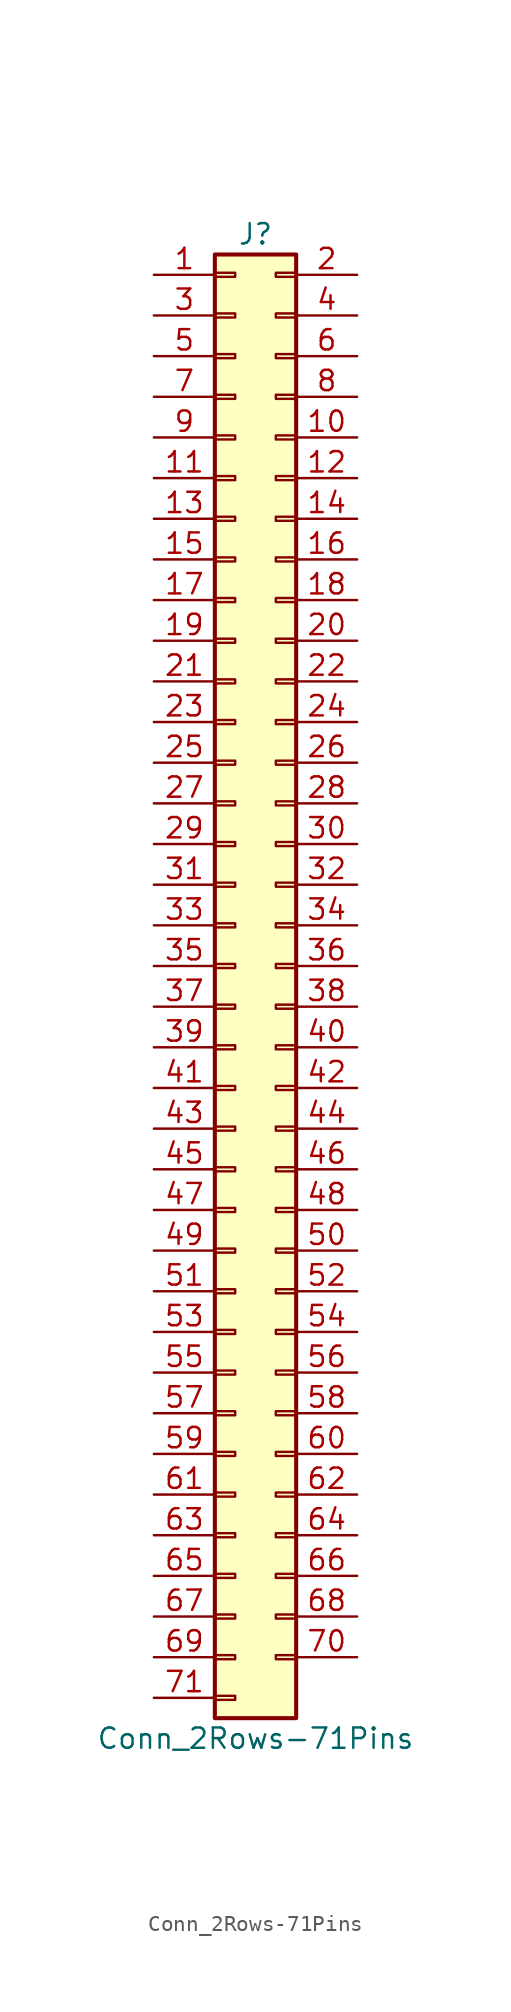
<source format=kicad_sym>
(kicad_symbol_lib
  (version 20220914)
  (generator kicad_symbol_editor)
  (symbol "Conn_2Rows-71Pins"
    (pin_names
      (offset 1.016) hide)
    (property "Reference" "J"
      (at 1.27 45.72 0)
      (effects (font (size 1.27 1.27))))
    (property "Value" "Conn_2Rows-71Pins"
      (at 1.27 -48.26 0)
      (effects (font (size 1.27 1.27))))
    (symbol "Conn_2Rows-71Pins_1_1"
      (rectangle (start -1.27 -45.593) (end 0 -45.847) (stroke (width 0.152) (type solid)) (fill (type none)))
      (rectangle (start -1.27 -43.053) (end 0 -43.307) (stroke (width 0.152) (type solid)) (fill (type none)))
      (rectangle (start -1.27 -40.513) (end 0 -40.767) (stroke (width 0.152) (type solid)) (fill (type none)))
      (rectangle (start -1.27 -37.973) (end 0 -38.227) (stroke (width 0.152) (type solid)) (fill (type none)))
      (rectangle (start -1.27 -35.433) (end 0 -35.687) (stroke (width 0.152) (type solid)) (fill (type none)))
      (rectangle (start -1.27 -32.893) (end 0 -33.147) (stroke (width 0.152) (type solid)) (fill (type none)))
      (rectangle (start -1.27 -30.353) (end 0 -30.607) (stroke (width 0.152) (type solid)) (fill (type none)))
      (rectangle (start -1.27 -27.813) (end 0 -28.067) (stroke (width 0.152) (type solid)) (fill (type none)))
      (rectangle (start -1.27 -25.273) (end 0 -25.527) (stroke (width 0.152) (type solid)) (fill (type none)))
      (rectangle (start -1.27 -22.733) (end 0 -22.987) (stroke (width 0.152) (type solid)) (fill (type none)))
      (rectangle (start -1.27 -20.193) (end 0 -20.447) (stroke (width 0.152) (type solid)) (fill (type none)))
      (rectangle (start -1.27 -17.653) (end 0 -17.907) (stroke (width 0.152) (type solid)) (fill (type none)))
      (rectangle (start -1.27 -15.113) (end 0 -15.367) (stroke (width 0.152) (type solid)) (fill (type none)))
      (rectangle (start -1.27 -12.573) (end 0 -12.827) (stroke (width 0.152) (type solid)) (fill (type none)))
      (rectangle (start -1.27 -10.033) (end 0 -10.287) (stroke (width 0.152) (type solid)) (fill (type none)))
      (rectangle (start -1.27 -7.493) (end 0 -7.747) (stroke (width 0.152) (type solid)) (fill (type none)))
      (rectangle (start -1.27 -4.953) (end 0 -5.207) (stroke (width 0.152) (type solid)) (fill (type none)))
      (rectangle (start -1.27 -2.413) (end 0 -2.667) (stroke (width 0.152) (type solid)) (fill (type none)))
      (rectangle (start -1.27 0.127) (end 0 -0.127) (stroke (width 0.152) (type solid)) (fill (type none)))
      (rectangle (start -1.27 2.667) (end 0 2.413) (stroke (width 0.152) (type solid)) (fill (type none)))
      (rectangle (start -1.27 5.207) (end 0 4.953) (stroke (width 0.152) (type solid)) (fill (type none)))
      (rectangle (start -1.27 7.747) (end 0 7.493) (stroke (width 0.152) (type solid)) (fill (type none)))
      (rectangle (start -1.27 10.287) (end 0 10.033) (stroke (width 0.152) (type solid)) (fill (type none)))
      (rectangle (start -1.27 12.827) (end 0 12.573) (stroke (width 0.152) (type solid)) (fill (type none)))
      (rectangle (start -1.27 15.367) (end 0 15.113) (stroke (width 0.152) (type solid)) (fill (type none)))
      (rectangle (start -1.27 17.907) (end 0 17.653) (stroke (width 0.152) (type solid)) (fill (type none)))
      (rectangle (start -1.27 20.447) (end 0 20.193) (stroke (width 0.152) (type solid)) (fill (type none)))
      (rectangle (start -1.27 22.987) (end 0 22.733) (stroke (width 0.152) (type solid)) (fill (type none)))
      (rectangle (start -1.27 25.527) (end 0 25.273) (stroke (width 0.152) (type solid)) (fill (type none)))
      (rectangle (start -1.27 28.067) (end 0 27.813) (stroke (width 0.152) (type solid)) (fill (type none)))
      (rectangle (start -1.27 30.607) (end 0 30.353) (stroke (width 0.152) (type solid)) (fill (type none)))
      (rectangle (start -1.27 33.147) (end 0 32.893) (stroke (width 0.152) (type solid)) (fill (type none)))
      (rectangle (start -1.27 35.687) (end 0 35.433) (stroke (width 0.152) (type solid)) (fill (type none)))
      (rectangle (start -1.27 38.227) (end 0 37.973) (stroke (width 0.152) (type solid)) (fill (type none)))
      (rectangle (start -1.27 40.767) (end 0 40.513) (stroke (width 0.152) (type solid)) (fill (type none)))
      (rectangle (start -1.27 43.307) (end 0 43.053) (stroke (width 0.152) (type solid)) (fill (type none)))
      (rectangle (start -1.27 44.45) (end 3.81 -46.99) (stroke (width 0.254) (type solid)) (fill (type background)))
      (rectangle (start 3.81 -43.053) (end 2.54 -43.307) (stroke (width 0.152) (type solid)) (fill (type none)))
      (rectangle (start 3.81 -40.513) (end 2.54 -40.767) (stroke (width 0.152) (type solid)) (fill (type none)))
      (rectangle (start 3.81 -37.973) (end 2.54 -38.227) (stroke (width 0.152) (type solid)) (fill (type none)))
      (rectangle (start 3.81 -35.433) (end 2.54 -35.687) (stroke (width 0.152) (type solid)) (fill (type none)))
      (rectangle (start 3.81 -32.893) (end 2.54 -33.147) (stroke (width 0.152) (type solid)) (fill (type none)))
      (rectangle (start 3.81 -30.353) (end 2.54 -30.607) (stroke (width 0.152) (type solid)) (fill (type none)))
      (rectangle (start 3.81 -27.813) (end 2.54 -28.067) (stroke (width 0.152) (type solid)) (fill (type none)))
      (rectangle (start 3.81 -25.273) (end 2.54 -25.527) (stroke (width 0.152) (type solid)) (fill (type none)))
      (rectangle (start 3.81 -22.733) (end 2.54 -22.987) (stroke (width 0.152) (type solid)) (fill (type none)))
      (rectangle (start 3.81 -20.193) (end 2.54 -20.447) (stroke (width 0.152) (type solid)) (fill (type none)))
      (rectangle (start 3.81 -17.653) (end 2.54 -17.907) (stroke (width 0.152) (type solid)) (fill (type none)))
      (rectangle (start 3.81 -15.113) (end 2.54 -15.367) (stroke (width 0.152) (type solid)) (fill (type none)))
      (rectangle (start 3.81 -12.573) (end 2.54 -12.827) (stroke (width 0.152) (type solid)) (fill (type none)))
      (rectangle (start 3.81 -10.033) (end 2.54 -10.287) (stroke (width 0.152) (type solid)) (fill (type none)))
      (rectangle (start 3.81 -7.493) (end 2.54 -7.747) (stroke (width 0.152) (type solid)) (fill (type none)))
      (rectangle (start 3.81 -4.953) (end 2.54 -5.207) (stroke (width 0.152) (type solid)) (fill (type none)))
      (rectangle (start 3.81 -2.413) (end 2.54 -2.667) (stroke (width 0.152) (type solid)) (fill (type none)))
      (rectangle (start 3.81 0.127) (end 2.54 -0.127) (stroke (width 0.152) (type solid)) (fill (type none)))
      (rectangle (start 3.81 2.667) (end 2.54 2.413) (stroke (width 0.152) (type solid)) (fill (type none)))
      (rectangle (start 3.81 5.207) (end 2.54 4.953) (stroke (width 0.152) (type solid)) (fill (type none)))
      (rectangle (start 3.81 7.747) (end 2.54 7.493) (stroke (width 0.152) (type solid)) (fill (type none)))
      (rectangle (start 3.81 10.287) (end 2.54 10.033) (stroke (width 0.152) (type solid)) (fill (type none)))
      (rectangle (start 3.81 12.827) (end 2.54 12.573) (stroke (width 0.152) (type solid)) (fill (type none)))
      (rectangle (start 3.81 15.367) (end 2.54 15.113) (stroke (width 0.152) (type solid)) (fill (type none)))
      (rectangle (start 3.81 17.907) (end 2.54 17.653) (stroke (width 0.152) (type solid)) (fill (type none)))
      (rectangle (start 3.81 20.447) (end 2.54 20.193) (stroke (width 0.152) (type solid)) (fill (type none)))
      (rectangle (start 3.81 22.987) (end 2.54 22.733) (stroke (width 0.152) (type solid)) (fill (type none)))
      (rectangle (start 3.81 25.527) (end 2.54 25.273) (stroke (width 0.152) (type solid)) (fill (type none)))
      (rectangle (start 3.81 28.067) (end 2.54 27.813) (stroke (width 0.152) (type solid)) (fill (type none)))
      (rectangle (start 3.81 30.607) (end 2.54 30.353) (stroke (width 0.152) (type solid)) (fill (type none)))
      (rectangle (start 3.81 33.147) (end 2.54 32.893) (stroke (width 0.152) (type solid)) (fill (type none)))
      (rectangle (start 3.81 35.687) (end 2.54 35.433) (stroke (width 0.152) (type solid)) (fill (type none)))
      (rectangle (start 3.81 38.227) (end 2.54 37.973) (stroke (width 0.152) (type solid)) (fill (type none)))
      (rectangle (start 3.81 40.767) (end 2.54 40.513) (stroke (width 0.152) (type solid)) (fill (type none)))
      (rectangle (start 3.81 43.307) (end 2.54 43.053) (stroke (width 0.152) (type solid)) (fill (type none)))
      (pin passive line (at -5.08 43.18 0) (length 3.81) (name "Pin_1" (effects (font (size 1.27 1.27)))) (number "1" (effects (font (size 1.27 1.27)))))
      (pin passive line (at 7.62 33.02 180) (length 3.81) (name "Pin_10" (effects (font (size 1.27 1.27)))) (number "10" (effects (font (size 1.27 1.27)))))
      (pin passive line (at -5.08 30.48 0) (length 3.81) (name "Pin_11" (effects (font (size 1.27 1.27)))) (number "11" (effects (font (size 1.27 1.27)))))
      (pin passive line (at 7.62 30.48 180) (length 3.81) (name "Pin_12" (effects (font (size 1.27 1.27)))) (number "12" (effects (font (size 1.27 1.27)))))
      (pin passive line (at -5.08 27.94 0) (length 3.81) (name "Pin_13" (effects (font (size 1.27 1.27)))) (number "13" (effects (font (size 1.27 1.27)))))
      (pin passive line (at 7.62 27.94 180) (length 3.81) (name "Pin_14" (effects (font (size 1.27 1.27)))) (number "14" (effects (font (size 1.27 1.27)))))
      (pin passive line (at -5.08 25.4 0) (length 3.81) (name "Pin_15" (effects (font (size 1.27 1.27)))) (number "15" (effects (font (size 1.27 1.27)))))
      (pin passive line (at 7.62 25.4 180) (length 3.81) (name "Pin_16" (effects (font (size 1.27 1.27)))) (number "16" (effects (font (size 1.27 1.27)))))
      (pin passive line (at -5.08 22.86 0) (length 3.81) (name "Pin_17" (effects (font (size 1.27 1.27)))) (number "17" (effects (font (size 1.27 1.27)))))
      (pin passive line (at 7.62 22.86 180) (length 3.81) (name "Pin_18" (effects (font (size 1.27 1.27)))) (number "18" (effects (font (size 1.27 1.27)))))
      (pin passive line (at -5.08 20.32 0) (length 3.81) (name "Pin_19" (effects (font (size 1.27 1.27)))) (number "19" (effects (font (size 1.27 1.27)))))
      (pin passive line (at 7.62 43.18 180) (length 3.81) (name "Pin_2" (effects (font (size 1.27 1.27)))) (number "2" (effects (font (size 1.27 1.27)))))
      (pin passive line (at 7.62 20.32 180) (length 3.81) (name "Pin_20" (effects (font (size 1.27 1.27)))) (number "20" (effects (font (size 1.27 1.27)))))
      (pin passive line (at -5.08 17.78 0) (length 3.81) (name "Pin_21" (effects (font (size 1.27 1.27)))) (number "21" (effects (font (size 1.27 1.27)))))
      (pin passive line (at 7.62 17.78 180) (length 3.81) (name "Pin_22" (effects (font (size 1.27 1.27)))) (number "22" (effects (font (size 1.27 1.27)))))
      (pin passive line (at -5.08 15.24 0) (length 3.81) (name "Pin_23" (effects (font (size 1.27 1.27)))) (number "23" (effects (font (size 1.27 1.27)))))
      (pin passive line (at 7.62 15.24 180) (length 3.81) (name "Pin_24" (effects (font (size 1.27 1.27)))) (number "24" (effects (font (size 1.27 1.27)))))
      (pin passive line (at -5.08 12.7 0) (length 3.81) (name "Pin_25" (effects (font (size 1.27 1.27)))) (number "25" (effects (font (size 1.27 1.27)))))
      (pin passive line (at 7.62 12.7 180) (length 3.81) (name "Pin_26" (effects (font (size 1.27 1.27)))) (number "26" (effects (font (size 1.27 1.27)))))
      (pin passive line (at -5.08 10.16 0) (length 3.81) (name "Pin_27" (effects (font (size 1.27 1.27)))) (number "27" (effects (font (size 1.27 1.27)))))
      (pin passive line (at 7.62 10.16 180) (length 3.81) (name "Pin_28" (effects (font (size 1.27 1.27)))) (number "28" (effects (font (size 1.27 1.27)))))
      (pin passive line (at -5.08 7.62 0) (length 3.81) (name "Pin_29" (effects (font (size 1.27 1.27)))) (number "29" (effects (font (size 1.27 1.27)))))
      (pin passive line (at -5.08 40.64 0) (length 3.81) (name "Pin_3" (effects (font (size 1.27 1.27)))) (number "3" (effects (font (size 1.27 1.27)))))
      (pin passive line (at 7.62 7.62 180) (length 3.81) (name "Pin_30" (effects (font (size 1.27 1.27)))) (number "30" (effects (font (size 1.27 1.27)))))
      (pin passive line (at -5.08 5.08 0) (length 3.81) (name "Pin_31" (effects (font (size 1.27 1.27)))) (number "31" (effects (font (size 1.27 1.27)))))
      (pin passive line (at 7.62 5.08 180) (length 3.81) (name "Pin_32" (effects (font (size 1.27 1.27)))) (number "32" (effects (font (size 1.27 1.27)))))
      (pin passive line (at -5.08 2.54 0) (length 3.81) (name "Pin_33" (effects (font (size 1.27 1.27)))) (number "33" (effects (font (size 1.27 1.27)))))
      (pin passive line (at 7.62 2.54 180) (length 3.81) (name "Pin_34" (effects (font (size 1.27 1.27)))) (number "34" (effects (font (size 1.27 1.27)))))
      (pin passive line (at -5.08 0 0) (length 3.81) (name "Pin_35" (effects (font (size 1.27 1.27)))) (number "35" (effects (font (size 1.27 1.27)))))
      (pin passive line (at 7.62 0 180) (length 3.81) (name "Pin_36" (effects (font (size 1.27 1.27)))) (number "36" (effects (font (size 1.27 1.27)))))
      (pin passive line (at -5.08 -2.54 0) (length 3.81) (name "Pin_37" (effects (font (size 1.27 1.27)))) (number "37" (effects (font (size 1.27 1.27)))))
      (pin passive line (at 7.62 -2.54 180) (length 3.81) (name "Pin_38" (effects (font (size 1.27 1.27)))) (number "38" (effects (font (size 1.27 1.27)))))
      (pin passive line (at -5.08 -5.08 0) (length 3.81) (name "Pin_39" (effects (font (size 1.27 1.27)))) (number "39" (effects (font (size 1.27 1.27)))))
      (pin passive line (at 7.62 40.64 180) (length 3.81) (name "Pin_4" (effects (font (size 1.27 1.27)))) (number "4" (effects (font (size 1.27 1.27)))))
      (pin passive line (at 7.62 -5.08 180) (length 3.81) (name "Pin_40" (effects (font (size 1.27 1.27)))) (number "40" (effects (font (size 1.27 1.27)))))
      (pin passive line (at -5.08 -7.62 0) (length 3.81) (name "Pin_41" (effects (font (size 1.27 1.27)))) (number "41" (effects (font (size 1.27 1.27)))))
      (pin passive line (at 7.62 -7.62 180) (length 3.81) (name "Pin_42" (effects (font (size 1.27 1.27)))) (number "42" (effects (font (size 1.27 1.27)))))
      (pin passive line (at -5.08 -10.16 0) (length 3.81) (name "Pin_43" (effects (font (size 1.27 1.27)))) (number "43" (effects (font (size 1.27 1.27)))))
      (pin passive line (at 7.62 -10.16 180) (length 3.81) (name "Pin_44" (effects (font (size 1.27 1.27)))) (number "44" (effects (font (size 1.27 1.27)))))
      (pin passive line (at -5.08 -12.7 0) (length 3.81) (name "Pin_45" (effects (font (size 1.27 1.27)))) (number "45" (effects (font (size 1.27 1.27)))))
      (pin passive line (at 7.62 -12.7 180) (length 3.81) (name "Pin_46" (effects (font (size 1.27 1.27)))) (number "46" (effects (font (size 1.27 1.27)))))
      (pin passive line (at -5.08 -15.24 0) (length 3.81) (name "Pin_47" (effects (font (size 1.27 1.27)))) (number "47" (effects (font (size 1.27 1.27)))))
      (pin passive line (at 7.62 -15.24 180) (length 3.81) (name "Pin_48" (effects (font (size 1.27 1.27)))) (number "48" (effects (font (size 1.27 1.27)))))
      (pin passive line (at -5.08 -17.78 0) (length 3.81) (name "Pin_49" (effects (font (size 1.27 1.27)))) (number "49" (effects (font (size 1.27 1.27)))))
      (pin passive line (at -5.08 38.1 0) (length 3.81) (name "Pin_5" (effects (font (size 1.27 1.27)))) (number "5" (effects (font (size 1.27 1.27)))))
      (pin passive line (at 7.62 -17.78 180) (length 3.81) (name "Pin_50" (effects (font (size 1.27 1.27)))) (number "50" (effects (font (size 1.27 1.27)))))
      (pin passive line (at -5.08 -20.32 0) (length 3.81) (name "Pin_51" (effects (font (size 1.27 1.27)))) (number "51" (effects (font (size 1.27 1.27)))))
      (pin passive line (at 7.62 -20.32 180) (length 3.81) (name "Pin_52" (effects (font (size 1.27 1.27)))) (number "52" (effects (font (size 1.27 1.27)))))
      (pin passive line (at -5.08 -22.86 0) (length 3.81) (name "Pin_53" (effects (font (size 1.27 1.27)))) (number "53" (effects (font (size 1.27 1.27)))))
      (pin passive line (at 7.62 -22.86 180) (length 3.81) (name "Pin_54" (effects (font (size 1.27 1.27)))) (number "54" (effects (font (size 1.27 1.27)))))
      (pin passive line (at -5.08 -25.4 0) (length 3.81) (name "Pin_55" (effects (font (size 1.27 1.27)))) (number "55" (effects (font (size 1.27 1.27)))))
      (pin passive line (at 7.62 -25.4 180) (length 3.81) (name "Pin_56" (effects (font (size 1.27 1.27)))) (number "56" (effects (font (size 1.27 1.27)))))
      (pin passive line (at -5.08 -27.94 0) (length 3.81) (name "Pin_57" (effects (font (size 1.27 1.27)))) (number "57" (effects (font (size 1.27 1.27)))))
      (pin passive line (at 7.62 -27.94 180) (length 3.81) (name "Pin_58" (effects (font (size 1.27 1.27)))) (number "58" (effects (font (size 1.27 1.27)))))
      (pin passive line (at -5.08 -30.48 0) (length 3.81) (name "Pin_59" (effects (font (size 1.27 1.27)))) (number "59" (effects (font (size 1.27 1.27)))))
      (pin passive line (at 7.62 38.1 180) (length 3.81) (name "Pin_6" (effects (font (size 1.27 1.27)))) (number "6" (effects (font (size 1.27 1.27)))))
      (pin passive line (at 7.62 -30.48 180) (length 3.81) (name "Pin_60" (effects (font (size 1.27 1.27)))) (number "60" (effects (font (size 1.27 1.27)))))
      (pin passive line (at -5.08 -33.02 0) (length 3.81) (name "Pin_61" (effects (font (size 1.27 1.27)))) (number "61" (effects (font (size 1.27 1.27)))))
      (pin passive line (at 7.62 -33.02 180) (length 3.81) (name "Pin_62" (effects (font (size 1.27 1.27)))) (number "62" (effects (font (size 1.27 1.27)))))
      (pin passive line (at -5.08 -35.56 0) (length 3.81) (name "Pin_63" (effects (font (size 1.27 1.27)))) (number "63" (effects (font (size 1.27 1.27)))))
      (pin passive line (at 7.62 -35.56 180) (length 3.81) (name "Pin_64" (effects (font (size 1.27 1.27)))) (number "64" (effects (font (size 1.27 1.27)))))
      (pin passive line (at -5.08 -38.1 0) (length 3.81) (name "Pin_65" (effects (font (size 1.27 1.27)))) (number "65" (effects (font (size 1.27 1.27)))))
      (pin passive line (at 7.62 -38.1 180) (length 3.81) (name "Pin_66" (effects (font (size 1.27 1.27)))) (number "66" (effects (font (size 1.27 1.27)))))
      (pin passive line (at -5.08 -40.64 0) (length 3.81) (name "Pin_67" (effects (font (size 1.27 1.27)))) (number "67" (effects (font (size 1.27 1.27)))))
      (pin passive line (at 7.62 -40.64 180) (length 3.81) (name "Pin_68" (effects (font (size 1.27 1.27)))) (number "68" (effects (font (size 1.27 1.27)))))
      (pin passive line (at -5.08 -43.18 0) (length 3.81) (name "Pin_69" (effects (font (size 1.27 1.27)))) (number "69" (effects (font (size 1.27 1.27)))))
      (pin passive line (at -5.08 35.56 0) (length 3.81) (name "Pin_7" (effects (font (size 1.27 1.27)))) (number "7" (effects (font (size 1.27 1.27)))))
      (pin passive line (at 7.62 -43.18 180) (length 3.81) (name "Pin_70" (effects (font (size 1.27 1.27)))) (number "70" (effects (font (size 1.27 1.27)))))
      (pin passive line (at -5.08 -45.72 0) (length 3.81) (name "Pin_71" (effects (font (size 1.27 1.27)))) (number "71" (effects (font (size 1.27 1.27)))))
      (pin passive line (at 7.62 35.56 180) (length 3.81) (name "Pin_8" (effects (font (size 1.27 1.27)))) (number "8" (effects (font (size 1.27 1.27)))))
      (pin passive line (at -5.08 33.02 0) (length 3.81) (name "Pin_9" (effects (font (size 1.27 1.27)))) (number "9" (effects (font (size 1.27 1.27))))))))
</source>
